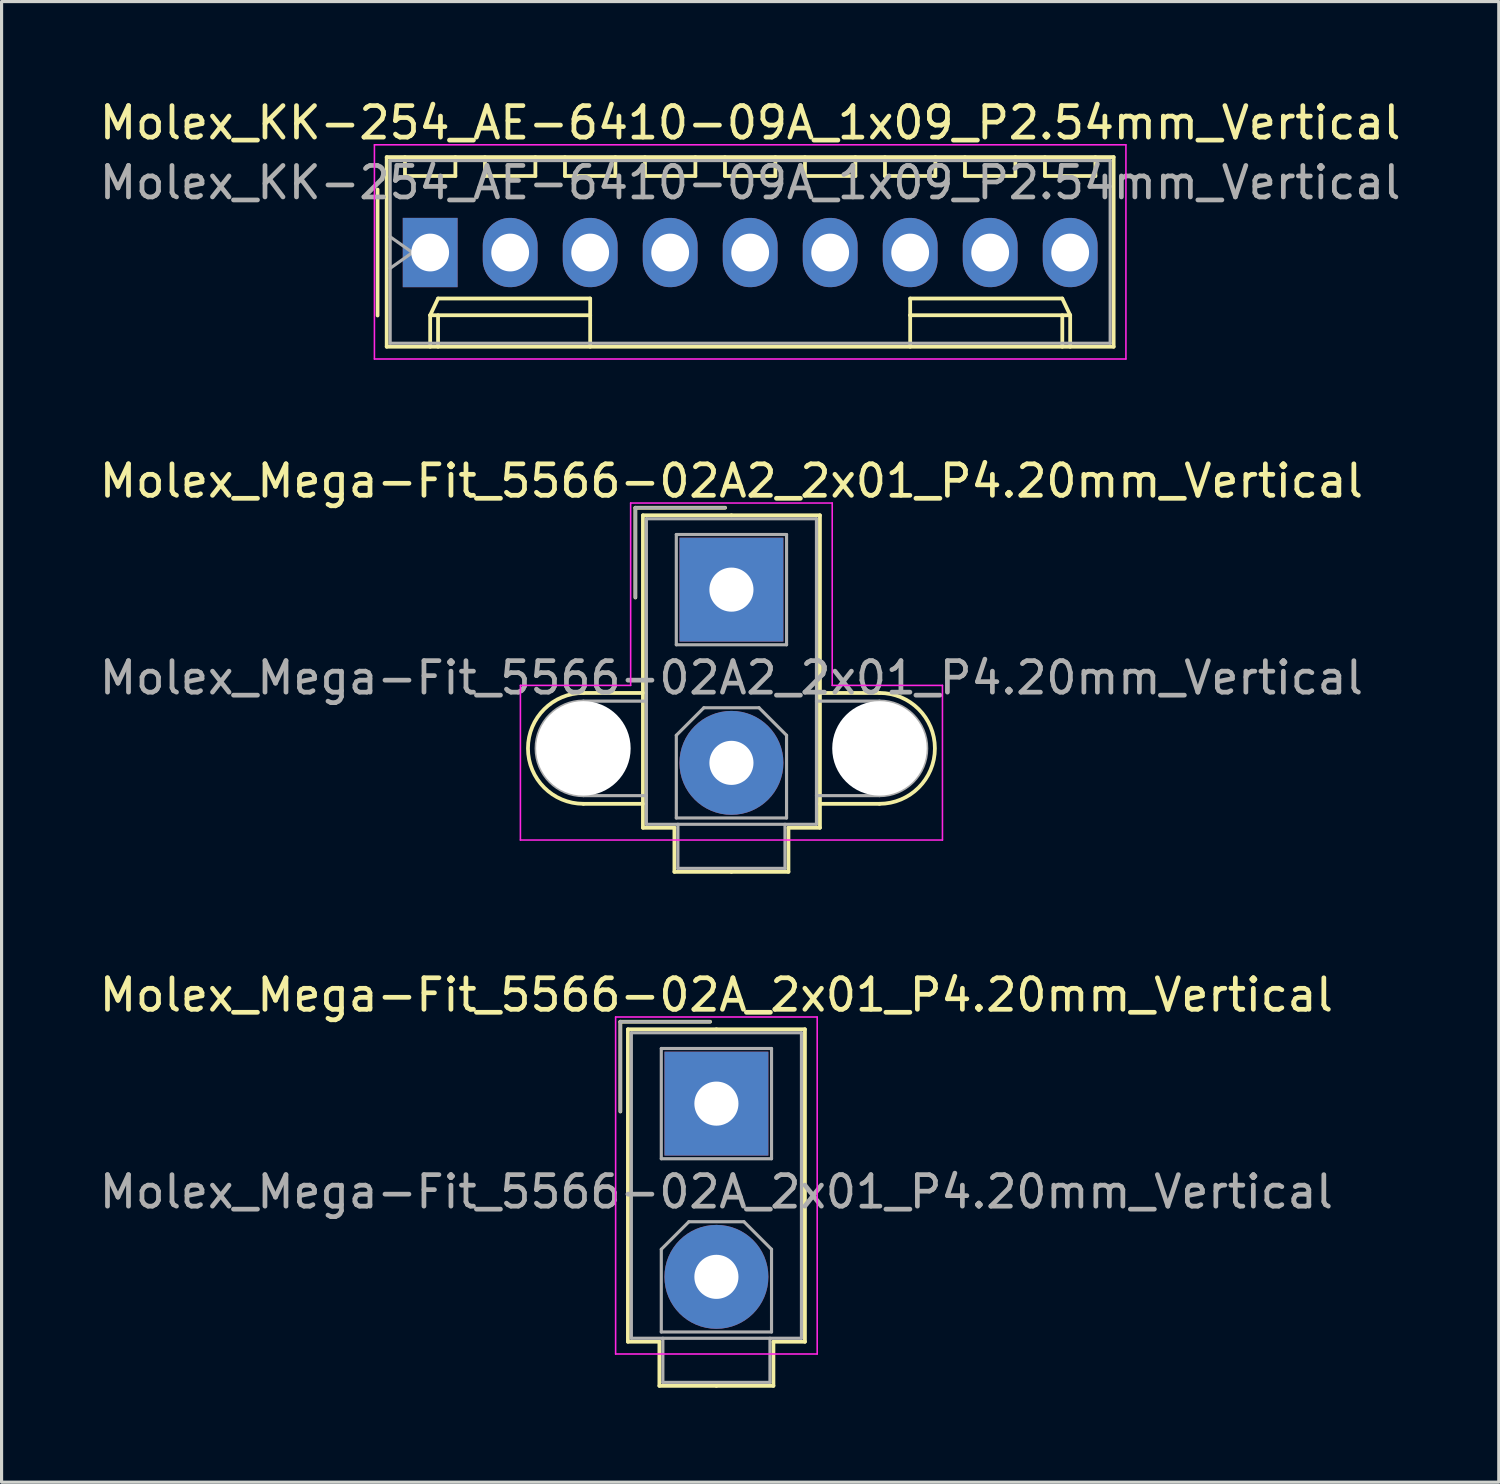
<source format=kicad_pcb>
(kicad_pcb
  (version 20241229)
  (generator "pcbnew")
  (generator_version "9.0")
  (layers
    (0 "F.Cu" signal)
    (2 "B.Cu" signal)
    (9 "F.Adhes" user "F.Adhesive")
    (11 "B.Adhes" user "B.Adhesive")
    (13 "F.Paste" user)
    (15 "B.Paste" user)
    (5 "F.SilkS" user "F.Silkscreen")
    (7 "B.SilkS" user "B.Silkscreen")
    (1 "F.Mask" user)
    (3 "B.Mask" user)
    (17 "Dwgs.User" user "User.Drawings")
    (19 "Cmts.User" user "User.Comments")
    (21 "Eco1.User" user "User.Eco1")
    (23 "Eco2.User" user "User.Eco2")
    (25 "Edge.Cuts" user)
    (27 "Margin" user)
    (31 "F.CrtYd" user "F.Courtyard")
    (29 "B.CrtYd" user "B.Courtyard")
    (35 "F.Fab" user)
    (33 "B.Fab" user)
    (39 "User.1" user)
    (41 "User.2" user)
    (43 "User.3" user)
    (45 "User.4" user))
  (footprint "Molex_KK-254_AE-6410-09A_1x09_P2.54mm_Vertical"
    (layer "F.Cu")
    (at 10.608 4.968)
    (property "Reference" "Molex_KK-254_AE-6410-09A_1x09_P2.54mm_Vertical" (at 10.16 -4.12 0) (layer "F.SilkS") (effects (font (size 1 1) (thickness 0.15))))
    (attr through_hole)
    (fp_line (start -1.67 -2) (end -1.67 2) (stroke (width 0.12) (type solid)) (layer "F.SilkS"))
    (fp_line (start -1.38 -3.03) (end -1.38 2.99) (stroke (width 0.12) (type solid)) (layer "F.SilkS"))
    (fp_line (start -1.38 2.99) (end 21.7 2.99) (stroke (width 0.12) (type solid)) (layer "F.SilkS"))
    (fp_line (start -0.8 -3.03) (end -0.8 -2.43) (stroke (width 0.12) (type solid)) (layer "F.SilkS"))
    (fp_line (start -0.8 -2.43) (end 0.8 -2.43) (stroke (width 0.12) (type solid)) (layer "F.SilkS"))
    (fp_line (start 0 1.99) (end 0.25 1.46) (stroke (width 0.12) (type solid)) (layer "F.SilkS"))
    (fp_line (start 0 1.99) (end 5.08 1.99) (stroke (width 0.12) (type solid)) (layer "F.SilkS"))
    (fp_line (start 0 2.99) (end 0 1.99) (stroke (width 0.12) (type solid)) (layer "F.SilkS"))
    (fp_line (start 0.25 1.46) (end 5.08 1.46) (stroke (width 0.12) (type solid)) (layer "F.SilkS"))
    (fp_line (start 0.25 2.99) (end 0.25 1.99) (stroke (width 0.12) (type solid)) (layer "F.SilkS"))
    (fp_line (start 0.8 -2.43) (end 0.8 -3.03) (stroke (width 0.12) (type solid)) (layer "F.SilkS"))
    (fp_line (start 1.74 -3.03) (end 1.74 -2.43) (stroke (width 0.12) (type solid)) (layer "F.SilkS"))
    (fp_line (start 1.74 -2.43) (end 3.34 -2.43) (stroke (width 0.12) (type solid)) (layer "F.SilkS"))
    (fp_line (start 3.34 -2.43) (end 3.34 -3.03) (stroke (width 0.12) (type solid)) (layer "F.SilkS"))
    (fp_line (start 4.28 -3.03) (end 4.28 -2.43) (stroke (width 0.12) (type solid)) (layer "F.SilkS"))
    (fp_line (start 4.28 -2.43) (end 5.88 -2.43) (stroke (width 0.12) (type solid)) (layer "F.SilkS"))
    (fp_line (start 5.08 1.46) (end 5.08 1.99) (stroke (width 0.12) (type solid)) (layer "F.SilkS"))
    (fp_line (start 5.08 1.99) (end 5.08 2.99) (stroke (width 0.12) (type solid)) (layer "F.SilkS"))
    (fp_line (start 5.88 -2.43) (end 5.88 -3.03) (stroke (width 0.12) (type solid)) (layer "F.SilkS"))
    (fp_line (start 6.82 -3.03) (end 6.82 -2.43) (stroke (width 0.12) (type solid)) (layer "F.SilkS"))
    (fp_line (start 6.82 -2.43) (end 8.42 -2.43) (stroke (width 0.12) (type solid)) (layer "F.SilkS"))
    (fp_line (start 8.42 -2.43) (end 8.42 -3.03) (stroke (width 0.12) (type solid)) (layer "F.SilkS"))
    (fp_line (start 9.36 -3.03) (end 9.36 -2.43) (stroke (width 0.12) (type solid)) (layer "F.SilkS"))
    (fp_line (start 9.36 -2.43) (end 10.96 -2.43) (stroke (width 0.12) (type solid)) (layer "F.SilkS"))
    (fp_line (start 10.96 -2.43) (end 10.96 -3.03) (stroke (width 0.12) (type solid)) (layer "F.SilkS"))
    (fp_line (start 11.9 -3.03) (end 11.9 -2.43) (stroke (width 0.12) (type solid)) (layer "F.SilkS"))
    (fp_line (start 11.9 -2.43) (end 13.5 -2.43) (stroke (width 0.12) (type solid)) (layer "F.SilkS"))
    (fp_line (start 13.5 -2.43) (end 13.5 -3.03) (stroke (width 0.12) (type solid)) (layer "F.SilkS"))
    (fp_line (start 14.44 -3.03) (end 14.44 -2.43) (stroke (width 0.12) (type solid)) (layer "F.SilkS"))
    (fp_line (start 14.44 -2.43) (end 16.04 -2.43) (stroke (width 0.12) (type solid)) (layer "F.SilkS"))
    (fp_line (start 15.24 1.46) (end 15.24 1.99) (stroke (width 0.12) (type solid)) (layer "F.SilkS"))
    (fp_line (start 15.24 1.99) (end 15.24 2.99) (stroke (width 0.12) (type solid)) (layer "F.SilkS"))
    (fp_line (start 16.04 -2.43) (end 16.04 -3.03) (stroke (width 0.12) (type solid)) (layer "F.SilkS"))
    (fp_line (start 16.98 -3.03) (end 16.98 -2.43) (stroke (width 0.12) (type solid)) (layer "F.SilkS"))
    (fp_line (start 16.98 -2.43) (end 18.58 -2.43) (stroke (width 0.12) (type solid)) (layer "F.SilkS"))
    (fp_line (start 18.58 -2.43) (end 18.58 -3.03) (stroke (width 0.12) (type solid)) (layer "F.SilkS"))
    (fp_line (start 19.52 -3.03) (end 19.52 -2.43) (stroke (width 0.12) (type solid)) (layer "F.SilkS"))
    (fp_line (start 19.52 -2.43) (end 21.12 -2.43) (stroke (width 0.12) (type solid)) (layer "F.SilkS"))
    (fp_line (start 20.07 1.46) (end 15.24 1.46) (stroke (width 0.12) (type solid)) (layer "F.SilkS"))
    (fp_line (start 20.07 2.99) (end 20.07 1.99) (stroke (width 0.12) (type solid)) (layer "F.SilkS"))
    (fp_line (start 20.32 1.99) (end 15.24 1.99) (stroke (width 0.12) (type solid)) (layer "F.SilkS"))
    (fp_line (start 20.32 1.99) (end 20.07 1.46) (stroke (width 0.12) (type solid)) (layer "F.SilkS"))
    (fp_line (start 20.32 2.99) (end 20.32 1.99) (stroke (width 0.12) (type solid)) (layer "F.SilkS"))
    (fp_line (start 21.12 -2.43) (end 21.12 -3.03) (stroke (width 0.12) (type solid)) (layer "F.SilkS"))
    (fp_line (start 21.7 -3.03) (end -1.38 -3.03) (stroke (width 0.12) (type solid)) (layer "F.SilkS"))
    (fp_line (start 21.7 2.99) (end 21.7 -3.03) (stroke (width 0.12) (type solid)) (layer "F.SilkS"))
    (fp_line (start -1.77 -3.42) (end -1.77 3.38) (stroke (width 0.05) (type solid)) (layer "F.CrtYd"))
    (fp_line (start -1.77 3.38) (end 22.09 3.38) (stroke (width 0.05) (type solid)) (layer "F.CrtYd"))
    (fp_line (start 22.09 -3.42) (end -1.77 -3.42) (stroke (width 0.05) (type solid)) (layer "F.CrtYd"))
    (fp_line (start 22.09 3.38) (end 22.09 -3.42) (stroke (width 0.05) (type solid)) (layer "F.CrtYd"))
    (fp_line (start -1.27 -2.92) (end -1.27 2.88) (stroke (width 0.1) (type solid)) (layer "F.Fab"))
    (fp_line (start -1.27 -0.5) (end -0.563 0) (stroke (width 0.1) (type solid)) (layer "F.Fab"))
    (fp_line (start -1.27 2.88) (end 21.59 2.88) (stroke (width 0.1) (type solid)) (layer "F.Fab"))
    (fp_line (start -0.563 0) (end -1.27 0.5) (stroke (width 0.1) (type solid)) (layer "F.Fab"))
    (fp_line (start 21.59 -2.92) (end -1.27 -2.92) (stroke (width 0.1) (type solid)) (layer "F.Fab"))
    (fp_line (start 21.59 2.88) (end 21.59 -2.92) (stroke (width 0.1) (type solid)) (layer "F.Fab"))
    (fp_text user "${REFERENCE}" (at 10.16 -2.22 0) (layer "F.Fab") (effects (font (size 1 1) (thickness 0.15))))
    (pad "1" thru_hole rect (at 0 0) (size 1.74 2.2) (drill 1.2) (layers "*.Cu" "*.Mask"))
    (pad "2" thru_hole oval (at 2.54 0) (size 1.74 2.2) (drill 1.2) (layers "*.Cu" "*.Mask"))
    (pad "3" thru_hole oval (at 5.08 0) (size 1.74 2.2) (drill 1.2) (layers "*.Cu" "*.Mask"))
    (pad "4" thru_hole oval (at 7.62 0) (size 1.74 2.2) (drill 1.2) (layers "*.Cu" "*.Mask"))
    (pad "5" thru_hole oval (at 10.16 0) (size 1.74 2.2) (drill 1.2) (layers "*.Cu" "*.Mask"))
    (pad "6" thru_hole oval (at 12.7 0) (size 1.74 2.2) (drill 1.2) (layers "*.Cu" "*.Mask"))
    (pad "7" thru_hole oval (at 15.24 0) (size 1.74 2.2) (drill 1.2) (layers "*.Cu" "*.Mask"))
    (pad "8" thru_hole oval (at 17.78 0) (size 1.74 2.2) (drill 1.2) (layers "*.Cu" "*.Mask"))
    (pad "9" thru_hole oval (at 20.32 0) (size 1.74 2.2) (drill 1.2) (layers "*.Cu" "*.Mask")))
  (footprint "Molex_Mega-Fit_5566-02A_2x01_P4.20mm_Vertical"
    (layer "F.Cu")
    (at 19.696 31.99)
    (property "Reference" "Molex_Mega-Fit_5566-02A_2x01_P4.20mm_Vertical" (at 0 -3.45 0) (layer "F.SilkS") (effects (font (size 1 1) (thickness 0.15))))
    (attr through_hole)
    (fp_line (start -3.05 -2.6) (end -3.05 0.25) (stroke (width 0.12) (type solid)) (layer "F.SilkS"))
    (fp_line (start -2.81 -2.36) (end -2.81 7.56) (stroke (width 0.12) (type solid)) (layer "F.SilkS"))
    (fp_line (start -2.81 7.56) (end -1.81 7.56) (stroke (width 0.12) (type solid)) (layer "F.SilkS"))
    (fp_line (start -1.81 7.56) (end -1.81 8.96) (stroke (width 0.12) (type solid)) (layer "F.SilkS"))
    (fp_line (start -1.81 8.96) (end 0 8.96) (stroke (width 0.12) (type solid)) (layer "F.SilkS"))
    (fp_line (start -0.2 -2.6) (end -3.05 -2.6) (stroke (width 0.12) (type solid)) (layer "F.SilkS"))
    (fp_line (start 0 -2.36) (end -2.81 -2.36) (stroke (width 0.12) (type solid)) (layer "F.SilkS"))
    (fp_line (start 0 -2.36) (end 2.81 -2.36) (stroke (width 0.12) (type solid)) (layer "F.SilkS"))
    (fp_line (start 1.81 7.56) (end 1.81 8.96) (stroke (width 0.12) (type solid)) (layer "F.SilkS"))
    (fp_line (start 1.81 8.96) (end 0 8.96) (stroke (width 0.12) (type solid)) (layer "F.SilkS"))
    (fp_line (start 2.81 -2.36) (end 2.81 7.56) (stroke (width 0.12) (type solid)) (layer "F.SilkS"))
    (fp_line (start 2.81 7.56) (end 1.81 7.56) (stroke (width 0.12) (type solid)) (layer "F.SilkS"))
    (fp_line (start -3.2 -2.75) (end -3.2 7.95) (stroke (width 0.05) (type solid)) (layer "F.CrtYd"))
    (fp_line (start -3.2 7.95) (end 3.2 7.95) (stroke (width 0.05) (type solid)) (layer "F.CrtYd"))
    (fp_line (start 3.2 -2.75) (end -3.2 -2.75) (stroke (width 0.05) (type solid)) (layer "F.CrtYd"))
    (fp_line (start 3.2 7.95) (end 3.2 -2.75) (stroke (width 0.05) (type solid)) (layer "F.CrtYd"))
    (fp_line (start -3.05 -2.6) (end -3.05 0.25) (stroke (width 0.1) (type solid)) (layer "F.Fab"))
    (fp_line (start -2.7 -2.25) (end -2.7 7.45) (stroke (width 0.1) (type solid)) (layer "F.Fab"))
    (fp_line (start -2.7 7.45) (end 2.7 7.45) (stroke (width 0.1) (type solid)) (layer "F.Fab"))
    (fp_line (start -1.75 -1.75) (end -1.75 1.75) (stroke (width 0.1) (type solid)) (layer "F.Fab"))
    (fp_line (start -1.75 1.75) (end 1.75 1.75) (stroke (width 0.1) (type solid)) (layer "F.Fab"))
    (fp_line (start -1.75 4.625) (end -0.875 3.75) (stroke (width 0.1) (type solid)) (layer "F.Fab"))
    (fp_line (start -1.75 7.25) (end -1.75 4.625) (stroke (width 0.1) (type solid)) (layer "F.Fab"))
    (fp_line (start -1.7 7.45) (end -1.7 8.85) (stroke (width 0.1) (type solid)) (layer "F.Fab"))
    (fp_line (start -1.7 8.85) (end 1.7 8.85) (stroke (width 0.1) (type solid)) (layer "F.Fab"))
    (fp_line (start -0.875 3.75) (end 0.875 3.75) (stroke (width 0.1) (type solid)) (layer "F.Fab"))
    (fp_line (start -0.2 -2.6) (end -3.05 -2.6) (stroke (width 0.1) (type solid)) (layer "F.Fab"))
    (fp_line (start 0.875 3.75) (end 1.75 4.625) (stroke (width 0.1) (type solid)) (layer "F.Fab"))
    (fp_line (start 1.7 8.85) (end 1.7 7.45) (stroke (width 0.1) (type solid)) (layer "F.Fab"))
    (fp_line (start 1.75 -1.75) (end -1.75 -1.75) (stroke (width 0.1) (type solid)) (layer "F.Fab"))
    (fp_line (start 1.75 1.75) (end 1.75 -1.75) (stroke (width 0.1) (type solid)) (layer "F.Fab"))
    (fp_line (start 1.75 4.625) (end 1.75 7.25) (stroke (width 0.1) (type solid)) (layer "F.Fab"))
    (fp_line (start 1.75 7.25) (end -1.75 7.25) (stroke (width 0.1) (type solid)) (layer "F.Fab"))
    (fp_line (start 2.7 -2.25) (end -2.7 -2.25) (stroke (width 0.1) (type solid)) (layer "F.Fab"))
    (fp_line (start 2.7 7.45) (end 2.7 -2.25) (stroke (width 0.1) (type solid)) (layer "F.Fab"))
    (fp_text user "${REFERENCE}" (at 0 2.8 0) (layer "F.Fab") (effects (font (size 1 1) (thickness 0.15))))
    (pad "1" thru_hole rect (at 0 0) (size 3.3 3.3) (drill 1.4) (layers "*.Cu" "*.Mask"))
    (pad "2" thru_hole circle (at 0 5.5) (size 3.3 3.3) (drill 1.4) (layers "*.Cu" "*.Mask")))
  (footprint "Molex_Mega-Fit_5566-02A2_2x01_P4.20mm_Vertical"
    (layer "F.Cu")
    (at 20.173 15.671)
    (property "Reference" "Molex_Mega-Fit_5566-02A2_2x01_P4.20mm_Vertical" (at 0 -3.45 0) (layer "F.SilkS") (effects (font (size 1 1) (thickness 0.15))))
    (attr through_hole)
    (fp_line (start -4.7 3.28) (end -2.81 3.28) (stroke (width 0.12) (type solid)) (layer "F.SilkS"))
    (fp_line (start -4.7 6.8) (end -2.81 6.8) (stroke (width 0.12) (type solid)) (layer "F.SilkS"))
    (fp_line (start -3.05 -2.6) (end -3.05 0.25) (stroke (width 0.12) (type solid)) (layer "F.SilkS"))
    (fp_line (start -2.81 -2.36) (end -2.81 7.56) (stroke (width 0.12) (type solid)) (layer "F.SilkS"))
    (fp_line (start -2.81 7.56) (end -1.81 7.56) (stroke (width 0.12) (type solid)) (layer "F.SilkS"))
    (fp_line (start -1.81 7.56) (end -1.81 8.96) (stroke (width 0.12) (type solid)) (layer "F.SilkS"))
    (fp_line (start -1.81 8.96) (end 0 8.96) (stroke (width 0.12) (type solid)) (layer "F.SilkS"))
    (fp_line (start -0.2 -2.6) (end -3.05 -2.6) (stroke (width 0.12) (type solid)) (layer "F.SilkS"))
    (fp_line (start 0 -2.36) (end -2.81 -2.36) (stroke (width 0.12) (type solid)) (layer "F.SilkS"))
    (fp_line (start 0 -2.36) (end 2.81 -2.36) (stroke (width 0.12) (type solid)) (layer "F.SilkS"))
    (fp_line (start 1.81 7.56) (end 1.81 8.96) (stroke (width 0.12) (type solid)) (layer "F.SilkS"))
    (fp_line (start 1.81 8.96) (end 0 8.96) (stroke (width 0.12) (type solid)) (layer "F.SilkS"))
    (fp_line (start 2.81 -2.36) (end 2.81 7.56) (stroke (width 0.12) (type solid)) (layer "F.SilkS"))
    (fp_line (start 2.81 7.56) (end 1.81 7.56) (stroke (width 0.12) (type solid)) (layer "F.SilkS"))
    (fp_line (start 4.7 3.28) (end 2.81 3.28) (stroke (width 0.12) (type solid)) (layer "F.SilkS"))
    (fp_line (start 4.7 6.8) (end 2.81 6.8) (stroke (width 0.12) (type solid)) (layer "F.SilkS"))
    (fp_arc (start -4.7 6.8) (mid -6.46 5.04) (end -4.7 3.28) (stroke (width 0.12) (type solid)) (layer "F.SilkS"))
    (fp_arc (start 4.7 3.28) (mid 6.46 5.04) (end 4.7 6.8) (stroke (width 0.12) (type solid)) (layer "F.SilkS"))
    (fp_line (start -6.7 3.04) (end -6.7 7.95) (stroke (width 0.05) (type solid)) (layer "F.CrtYd"))
    (fp_line (start -6.7 7.95) (end 6.7 7.95) (stroke (width 0.05) (type solid)) (layer "F.CrtYd"))
    (fp_line (start -3.2 -2.75) (end -3.2 3.04) (stroke (width 0.05) (type solid)) (layer "F.CrtYd"))
    (fp_line (start -3.2 3.04) (end -6.7 3.04) (stroke (width 0.05) (type solid)) (layer "F.CrtYd"))
    (fp_line (start 3.2 -2.75) (end -3.2 -2.75) (stroke (width 0.05) (type solid)) (layer "F.CrtYd"))
    (fp_line (start 3.2 3.04) (end 3.2 -2.75) (stroke (width 0.05) (type solid)) (layer "F.CrtYd"))
    (fp_line (start 6.7 3.04) (end 3.2 3.04) (stroke (width 0.05) (type solid)) (layer "F.CrtYd"))
    (fp_line (start 6.7 7.95) (end 6.7 3.04) (stroke (width 0.05) (type solid)) (layer "F.CrtYd"))
    (fp_line (start -4.7 3.54) (end -2.7 3.54) (stroke (width 0.1) (type solid)) (layer "F.Fab"))
    (fp_line (start -4.7 6.54) (end -2.7 6.54) (stroke (width 0.1) (type solid)) (layer "F.Fab"))
    (fp_line (start -3.05 -2.6) (end -3.05 0.25) (stroke (width 0.1) (type solid)) (layer "F.Fab"))
    (fp_line (start -2.7 -2.25) (end -2.7 7.45) (stroke (width 0.1) (type solid)) (layer "F.Fab"))
    (fp_line (start -2.7 7.45) (end 2.7 7.45) (stroke (width 0.1) (type solid)) (layer "F.Fab"))
    (fp_line (start -1.75 -1.75) (end -1.75 1.75) (stroke (width 0.1) (type solid)) (layer "F.Fab"))
    (fp_line (start -1.75 1.75) (end 1.75 1.75) (stroke (width 0.1) (type solid)) (layer "F.Fab"))
    (fp_line (start -1.75 4.625) (end -0.875 3.75) (stroke (width 0.1) (type solid)) (layer "F.Fab"))
    (fp_line (start -1.75 7.25) (end -1.75 4.625) (stroke (width 0.1) (type solid)) (layer "F.Fab"))
    (fp_line (start -1.7 7.45) (end -1.7 8.85) (stroke (width 0.1) (type solid)) (layer "F.Fab"))
    (fp_line (start -1.7 8.85) (end 1.7 8.85) (stroke (width 0.1) (type solid)) (layer "F.Fab"))
    (fp_line (start -0.875 3.75) (end 0.875 3.75) (stroke (width 0.1) (type solid)) (layer "F.Fab"))
    (fp_line (start -0.2 -2.6) (end -3.05 -2.6) (stroke (width 0.1) (type solid)) (layer "F.Fab"))
    (fp_line (start 0.875 3.75) (end 1.75 4.625) (stroke (width 0.1) (type solid)) (layer "F.Fab"))
    (fp_line (start 1.7 8.85) (end 1.7 7.45) (stroke (width 0.1) (type solid)) (layer "F.Fab"))
    (fp_line (start 1.75 -1.75) (end -1.75 -1.75) (stroke (width 0.1) (type solid)) (layer "F.Fab"))
    (fp_line (start 1.75 1.75) (end 1.75 -1.75) (stroke (width 0.1) (type solid)) (layer "F.Fab"))
    (fp_line (start 1.75 4.625) (end 1.75 7.25) (stroke (width 0.1) (type solid)) (layer "F.Fab"))
    (fp_line (start 1.75 7.25) (end -1.75 7.25) (stroke (width 0.1) (type solid)) (layer "F.Fab"))
    (fp_line (start 2.7 -2.25) (end -2.7 -2.25) (stroke (width 0.1) (type solid)) (layer "F.Fab"))
    (fp_line (start 2.7 7.45) (end 2.7 -2.25) (stroke (width 0.1) (type solid)) (layer "F.Fab"))
    (fp_line (start 4.7 3.54) (end 2.7 3.54) (stroke (width 0.1) (type solid)) (layer "F.Fab"))
    (fp_line (start 4.7 6.54) (end 2.7 6.54) (stroke (width 0.1) (type solid)) (layer "F.Fab"))
    (fp_arc (start -4.7 6.54) (mid -6.2 5.04) (end -4.7 3.54) (stroke (width 0.1) (type solid)) (layer "F.Fab"))
    (fp_arc (start 4.7 3.54) (mid 6.2 5.04) (end 4.7 6.54) (stroke (width 0.1) (type solid)) (layer "F.Fab"))
    (fp_text user "${REFERENCE}" (at 0 2.8 0) (layer "F.Fab") (effects (font (size 1 1) (thickness 0.15))))
    (pad "" np_thru_hole circle (at -4.7 5.04) (size 3 3) (drill 3) (layers "*.Cu" "*.Mask"))
    (pad "" np_thru_hole circle (at 4.7 5.04) (size 3 3) (drill 3) (layers "*.Cu" "*.Mask"))
    (pad "1" thru_hole rect (at 0 0) (size 3.3 3.3) (drill 1.4) (layers "*.Cu" "*.Mask"))
    (pad "2" thru_hole circle (at 0 5.5) (size 3.3 3.3) (drill 1.4) (layers "*.Cu" "*.Mask")))
  (gr_rect
    (start -3 -3)
    (end 44.536 44.01)
    (stroke (width 0.1) (type default))
    (fill no)
    (layer "Edge.Cuts")))
</source>
